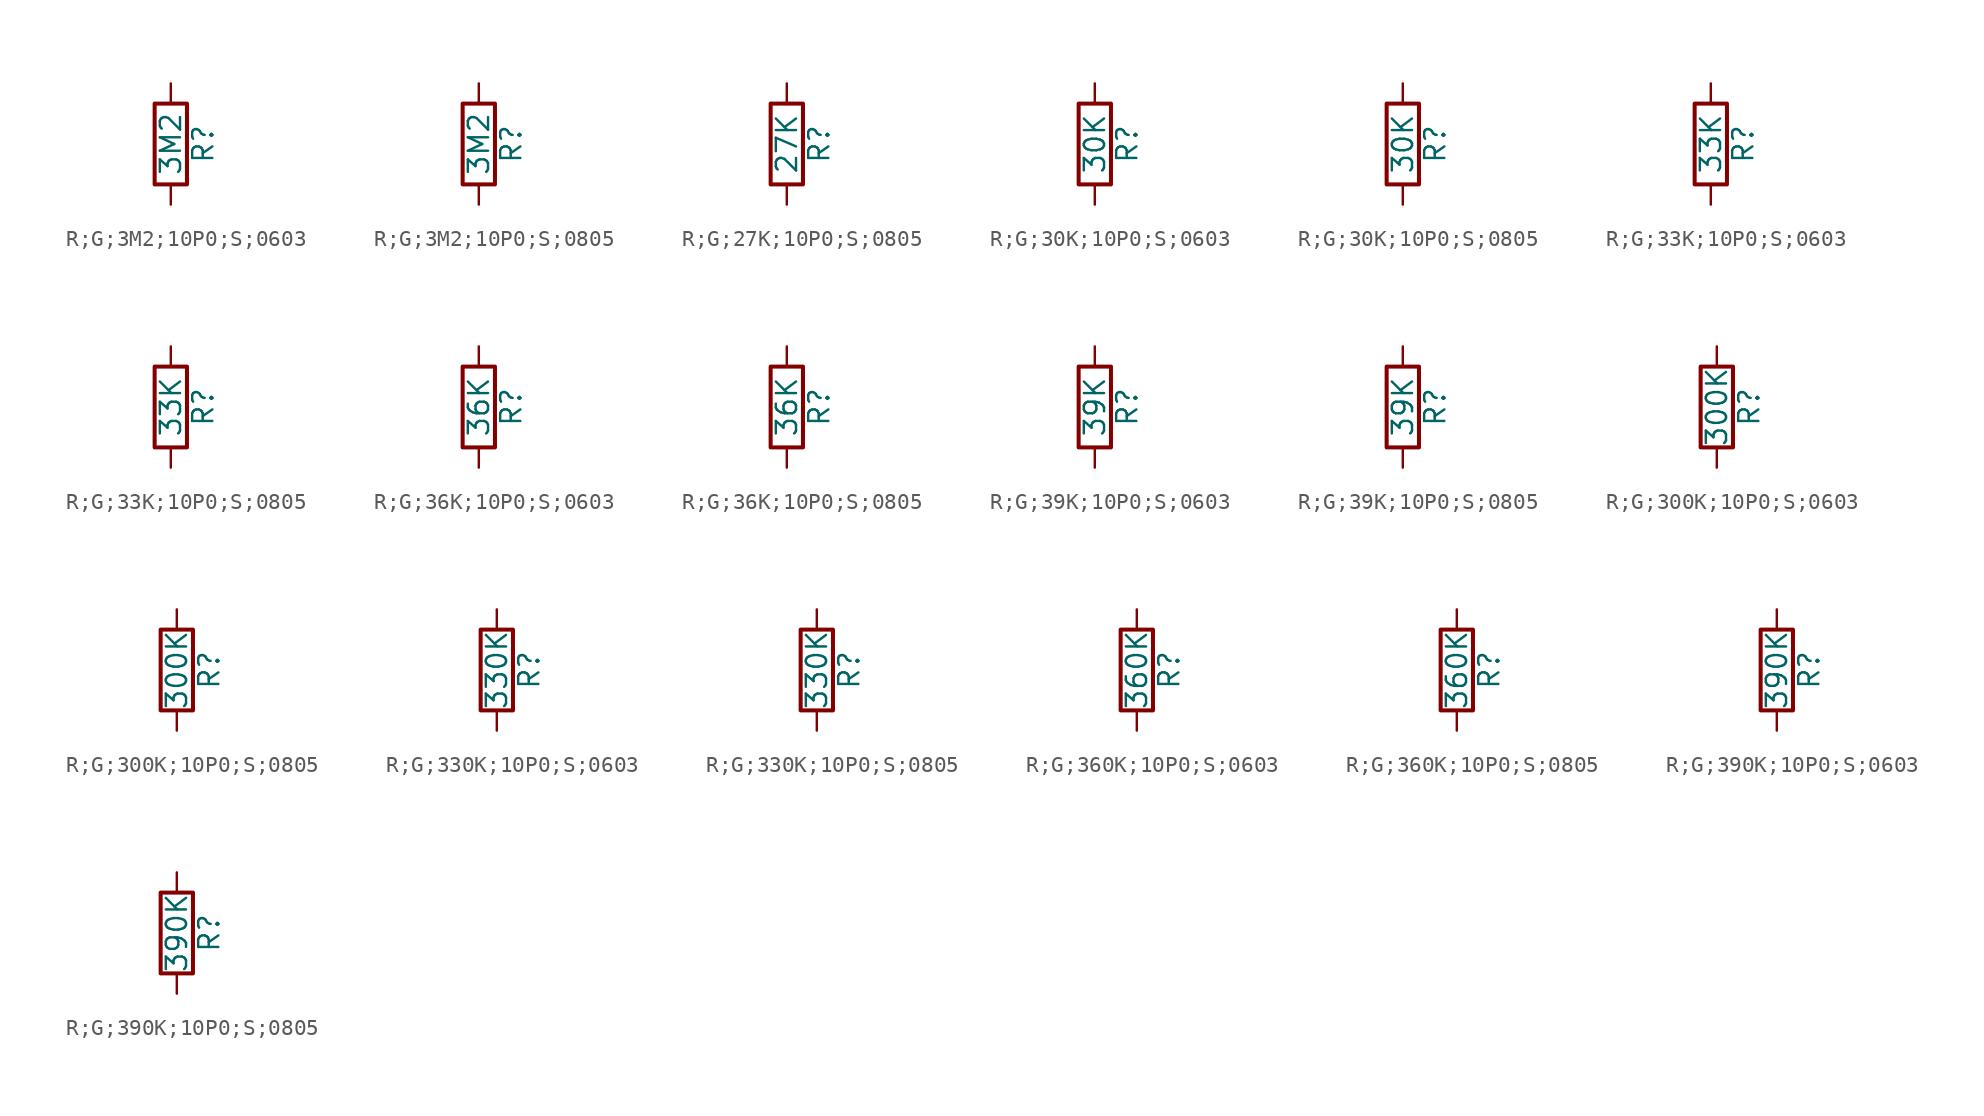
<source format=kicad_sym>
(kicad_symbol_lib
  (version 20231120)
  (generator "kicad_symbol_editor")
  (generator_version "8.0")
  (symbol "R;G;3M2;10P0;S;0603"
    (pin_numbers hide)
    (pin_names
      (offset 0))
    (property "Reference" "R"
      (at 2.032 0 90)
      (effects (font (size 1.27 1.27))))
    (property "Value" "3M2"
      (at 0 0 90)
      (effects (font (size 1.27 1.27))))
    (symbol "R;G;3M2;10P0;S;0603_0_1"
      (rectangle (start -1.016 -2.54) (end 1.016 2.54) (stroke (width 0.254) (type default)) (fill (type none))))
    (symbol "R;G;3M2;10P0;S;0603_1_1"
      (pin passive line (at 0 3.81 270) (length 1.27) (name "~" (effects (font (size 1.27 1.27)))) (number "1" (effects (font (size 1.27 1.27)))))
      (pin passive line (at 0 -3.81 90) (length 1.27) (name "~" (effects (font (size 1.27 1.27)))) (number "2" (effects (font (size 1.27 1.27)))))))
  (symbol "R;G;3M2;10P0;S;0805"
    (pin_numbers hide)
    (pin_names
      (offset 0))
    (property "Reference" "R"
      (at 2.032 0 90)
      (effects (font (size 1.27 1.27))))
    (property "Value" "3M2"
      (at 0 0 90)
      (effects (font (size 1.27 1.27))))
    (symbol "R;G;3M2;10P0;S;0805_0_1"
      (rectangle (start -1.016 -2.54) (end 1.016 2.54) (stroke (width 0.254) (type default)) (fill (type none))))
    (symbol "R;G;3M2;10P0;S;0805_1_1"
      (pin passive line (at 0 3.81 270) (length 1.27) (name "~" (effects (font (size 1.27 1.27)))) (number "1" (effects (font (size 1.27 1.27)))))
      (pin passive line (at 0 -3.81 90) (length 1.27) (name "~" (effects (font (size 1.27 1.27)))) (number "2" (effects (font (size 1.27 1.27)))))))
  (symbol "R;G;27K;10P0;S;0805"
    (pin_numbers hide)
    (pin_names
      (offset 0))
    (property "Reference" "R"
      (at 2.032 0 90)
      (effects (font (size 1.27 1.27))))
    (property "Value" "27K"
      (at 0 0 90)
      (effects (font (size 1.27 1.27))))
    (symbol "R;G;27K;10P0;S;0805_0_1"
      (rectangle (start -1.016 -2.54) (end 1.016 2.54) (stroke (width 0.254) (type default)) (fill (type none))))
    (symbol "R;G;27K;10P0;S;0805_1_1"
      (pin passive line (at 0 3.81 270) (length 1.27) (name "~" (effects (font (size 1.27 1.27)))) (number "1" (effects (font (size 1.27 1.27)))))
      (pin passive line (at 0 -3.81 90) (length 1.27) (name "~" (effects (font (size 1.27 1.27)))) (number "2" (effects (font (size 1.27 1.27)))))))
  (symbol "R;G;30K;10P0;S;0603"
    (pin_numbers hide)
    (pin_names
      (offset 0))
    (property "Reference" "R"
      (at 2.032 0 90)
      (effects (font (size 1.27 1.27))))
    (property "Value" "30K"
      (at 0 0 90)
      (effects (font (size 1.27 1.27))))
    (symbol "R;G;30K;10P0;S;0603_0_1"
      (rectangle (start -1.016 -2.54) (end 1.016 2.54) (stroke (width 0.254) (type default)) (fill (type none))))
    (symbol "R;G;30K;10P0;S;0603_1_1"
      (pin passive line (at 0 3.81 270) (length 1.27) (name "~" (effects (font (size 1.27 1.27)))) (number "1" (effects (font (size 1.27 1.27)))))
      (pin passive line (at 0 -3.81 90) (length 1.27) (name "~" (effects (font (size 1.27 1.27)))) (number "2" (effects (font (size 1.27 1.27)))))))
  (symbol "R;G;30K;10P0;S;0805"
    (pin_numbers hide)
    (pin_names
      (offset 0))
    (property "Reference" "R"
      (at 2.032 0 90)
      (effects (font (size 1.27 1.27))))
    (property "Value" "30K"
      (at 0 0 90)
      (effects (font (size 1.27 1.27))))
    (symbol "R;G;30K;10P0;S;0805_0_1"
      (rectangle (start -1.016 -2.54) (end 1.016 2.54) (stroke (width 0.254) (type default)) (fill (type none))))
    (symbol "R;G;30K;10P0;S;0805_1_1"
      (pin passive line (at 0 3.81 270) (length 1.27) (name "~" (effects (font (size 1.27 1.27)))) (number "1" (effects (font (size 1.27 1.27)))))
      (pin passive line (at 0 -3.81 90) (length 1.27) (name "~" (effects (font (size 1.27 1.27)))) (number "2" (effects (font (size 1.27 1.27)))))))
  (symbol "R;G;33K;10P0;S;0603"
    (pin_numbers hide)
    (pin_names
      (offset 0))
    (property "Reference" "R"
      (at 2.032 0 90)
      (effects (font (size 1.27 1.27))))
    (property "Value" "33K"
      (at 0 0 90)
      (effects (font (size 1.27 1.27))))
    (symbol "R;G;33K;10P0;S;0603_0_1"
      (rectangle (start -1.016 -2.54) (end 1.016 2.54) (stroke (width 0.254) (type default)) (fill (type none))))
    (symbol "R;G;33K;10P0;S;0603_1_1"
      (pin passive line (at 0 3.81 270) (length 1.27) (name "~" (effects (font (size 1.27 1.27)))) (number "1" (effects (font (size 1.27 1.27)))))
      (pin passive line (at 0 -3.81 90) (length 1.27) (name "~" (effects (font (size 1.27 1.27)))) (number "2" (effects (font (size 1.27 1.27)))))))
  (symbol "R;G;33K;10P0;S;0805"
    (pin_numbers hide)
    (pin_names
      (offset 0))
    (property "Reference" "R"
      (at 2.032 0 90)
      (effects (font (size 1.27 1.27))))
    (property "Value" "33K"
      (at 0 0 90)
      (effects (font (size 1.27 1.27))))
    (symbol "R;G;33K;10P0;S;0805_0_1"
      (rectangle (start -1.016 -2.54) (end 1.016 2.54) (stroke (width 0.254) (type default)) (fill (type none))))
    (symbol "R;G;33K;10P0;S;0805_1_1"
      (pin passive line (at 0 3.81 270) (length 1.27) (name "~" (effects (font (size 1.27 1.27)))) (number "1" (effects (font (size 1.27 1.27)))))
      (pin passive line (at 0 -3.81 90) (length 1.27) (name "~" (effects (font (size 1.27 1.27)))) (number "2" (effects (font (size 1.27 1.27)))))))
  (symbol "R;G;36K;10P0;S;0603"
    (pin_numbers hide)
    (pin_names
      (offset 0))
    (property "Reference" "R"
      (at 2.032 0 90)
      (effects (font (size 1.27 1.27))))
    (property "Value" "36K"
      (at 0 0 90)
      (effects (font (size 1.27 1.27))))
    (symbol "R;G;36K;10P0;S;0603_0_1"
      (rectangle (start -1.016 -2.54) (end 1.016 2.54) (stroke (width 0.254) (type default)) (fill (type none))))
    (symbol "R;G;36K;10P0;S;0603_1_1"
      (pin passive line (at 0 3.81 270) (length 1.27) (name "~" (effects (font (size 1.27 1.27)))) (number "1" (effects (font (size 1.27 1.27)))))
      (pin passive line (at 0 -3.81 90) (length 1.27) (name "~" (effects (font (size 1.27 1.27)))) (number "2" (effects (font (size 1.27 1.27)))))))
  (symbol "R;G;36K;10P0;S;0805"
    (pin_numbers hide)
    (pin_names
      (offset 0))
    (property "Reference" "R"
      (at 2.032 0 90)
      (effects (font (size 1.27 1.27))))
    (property "Value" "36K"
      (at 0 0 90)
      (effects (font (size 1.27 1.27))))
    (symbol "R;G;36K;10P0;S;0805_0_1"
      (rectangle (start -1.016 -2.54) (end 1.016 2.54) (stroke (width 0.254) (type default)) (fill (type none))))
    (symbol "R;G;36K;10P0;S;0805_1_1"
      (pin passive line (at 0 3.81 270) (length 1.27) (name "~" (effects (font (size 1.27 1.27)))) (number "1" (effects (font (size 1.27 1.27)))))
      (pin passive line (at 0 -3.81 90) (length 1.27) (name "~" (effects (font (size 1.27 1.27)))) (number "2" (effects (font (size 1.27 1.27)))))))
  (symbol "R;G;39K;10P0;S;0603"
    (pin_numbers hide)
    (pin_names
      (offset 0))
    (property "Reference" "R"
      (at 2.032 0 90)
      (effects (font (size 1.27 1.27))))
    (property "Value" "39K"
      (at 0 0 90)
      (effects (font (size 1.27 1.27))))
    (symbol "R;G;39K;10P0;S;0603_0_1"
      (rectangle (start -1.016 -2.54) (end 1.016 2.54) (stroke (width 0.254) (type default)) (fill (type none))))
    (symbol "R;G;39K;10P0;S;0603_1_1"
      (pin passive line (at 0 3.81 270) (length 1.27) (name "~" (effects (font (size 1.27 1.27)))) (number "1" (effects (font (size 1.27 1.27)))))
      (pin passive line (at 0 -3.81 90) (length 1.27) (name "~" (effects (font (size 1.27 1.27)))) (number "2" (effects (font (size 1.27 1.27)))))))
  (symbol "R;G;39K;10P0;S;0805"
    (pin_numbers hide)
    (pin_names
      (offset 0))
    (property "Reference" "R"
      (at 2.032 0 90)
      (effects (font (size 1.27 1.27))))
    (property "Value" "39K"
      (at 0 0 90)
      (effects (font (size 1.27 1.27))))
    (symbol "R;G;39K;10P0;S;0805_0_1"
      (rectangle (start -1.016 -2.54) (end 1.016 2.54) (stroke (width 0.254) (type default)) (fill (type none))))
    (symbol "R;G;39K;10P0;S;0805_1_1"
      (pin passive line (at 0 3.81 270) (length 1.27) (name "~" (effects (font (size 1.27 1.27)))) (number "1" (effects (font (size 1.27 1.27)))))
      (pin passive line (at 0 -3.81 90) (length 1.27) (name "~" (effects (font (size 1.27 1.27)))) (number "2" (effects (font (size 1.27 1.27)))))))
  (symbol "R;G;300K;10P0;S;0603"
    (pin_numbers hide)
    (pin_names
      (offset 0))
    (property "Reference" "R"
      (at 2.032 0 90)
      (effects (font (size 1.27 1.27))))
    (property "Value" "300K"
      (at 0 0 90)
      (effects (font (size 1.27 1.27))))
    (symbol "R;G;300K;10P0;S;0603_0_1"
      (rectangle (start -1.016 -2.54) (end 1.016 2.54) (stroke (width 0.254) (type default)) (fill (type none))))
    (symbol "R;G;300K;10P0;S;0603_1_1"
      (pin passive line (at 0 3.81 270) (length 1.27) (name "~" (effects (font (size 1.27 1.27)))) (number "1" (effects (font (size 1.27 1.27)))))
      (pin passive line (at 0 -3.81 90) (length 1.27) (name "~" (effects (font (size 1.27 1.27)))) (number "2" (effects (font (size 1.27 1.27)))))))
  (symbol "R;G;300K;10P0;S;0805"
    (pin_numbers hide)
    (pin_names
      (offset 0))
    (property "Reference" "R"
      (at 2.032 0 90)
      (effects (font (size 1.27 1.27))))
    (property "Value" "300K"
      (at 0 0 90)
      (effects (font (size 1.27 1.27))))
    (symbol "R;G;300K;10P0;S;0805_0_1"
      (rectangle (start -1.016 -2.54) (end 1.016 2.54) (stroke (width 0.254) (type default)) (fill (type none))))
    (symbol "R;G;300K;10P0;S;0805_1_1"
      (pin passive line (at 0 3.81 270) (length 1.27) (name "~" (effects (font (size 1.27 1.27)))) (number "1" (effects (font (size 1.27 1.27)))))
      (pin passive line (at 0 -3.81 90) (length 1.27) (name "~" (effects (font (size 1.27 1.27)))) (number "2" (effects (font (size 1.27 1.27)))))))
  (symbol "R;G;330K;10P0;S;0603"
    (pin_numbers hide)
    (pin_names
      (offset 0))
    (property "Reference" "R"
      (at 2.032 0 90)
      (effects (font (size 1.27 1.27))))
    (property "Value" "330K"
      (at 0 0 90)
      (effects (font (size 1.27 1.27))))
    (symbol "R;G;330K;10P0;S;0603_0_1"
      (rectangle (start -1.016 -2.54) (end 1.016 2.54) (stroke (width 0.254) (type default)) (fill (type none))))
    (symbol "R;G;330K;10P0;S;0603_1_1"
      (pin passive line (at 0 3.81 270) (length 1.27) (name "~" (effects (font (size 1.27 1.27)))) (number "1" (effects (font (size 1.27 1.27)))))
      (pin passive line (at 0 -3.81 90) (length 1.27) (name "~" (effects (font (size 1.27 1.27)))) (number "2" (effects (font (size 1.27 1.27)))))))
  (symbol "R;G;330K;10P0;S;0805"
    (pin_numbers hide)
    (pin_names
      (offset 0))
    (property "Reference" "R"
      (at 2.032 0 90)
      (effects (font (size 1.27 1.27))))
    (property "Value" "330K"
      (at 0 0 90)
      (effects (font (size 1.27 1.27))))
    (symbol "R;G;330K;10P0;S;0805_0_1"
      (rectangle (start -1.016 -2.54) (end 1.016 2.54) (stroke (width 0.254) (type default)) (fill (type none))))
    (symbol "R;G;330K;10P0;S;0805_1_1"
      (pin passive line (at 0 3.81 270) (length 1.27) (name "~" (effects (font (size 1.27 1.27)))) (number "1" (effects (font (size 1.27 1.27)))))
      (pin passive line (at 0 -3.81 90) (length 1.27) (name "~" (effects (font (size 1.27 1.27)))) (number "2" (effects (font (size 1.27 1.27)))))))
  (symbol "R;G;360K;10P0;S;0603"
    (pin_numbers hide)
    (pin_names
      (offset 0))
    (property "Reference" "R"
      (at 2.032 0 90)
      (effects (font (size 1.27 1.27))))
    (property "Value" "360K"
      (at 0 0 90)
      (effects (font (size 1.27 1.27))))
    (symbol "R;G;360K;10P0;S;0603_0_1"
      (rectangle (start -1.016 -2.54) (end 1.016 2.54) (stroke (width 0.254) (type default)) (fill (type none))))
    (symbol "R;G;360K;10P0;S;0603_1_1"
      (pin passive line (at 0 3.81 270) (length 1.27) (name "~" (effects (font (size 1.27 1.27)))) (number "1" (effects (font (size 1.27 1.27)))))
      (pin passive line (at 0 -3.81 90) (length 1.27) (name "~" (effects (font (size 1.27 1.27)))) (number "2" (effects (font (size 1.27 1.27)))))))
  (symbol "R;G;360K;10P0;S;0805"
    (pin_numbers hide)
    (pin_names
      (offset 0))
    (property "Reference" "R"
      (at 2.032 0 90)
      (effects (font (size 1.27 1.27))))
    (property "Value" "360K"
      (at 0 0 90)
      (effects (font (size 1.27 1.27))))
    (symbol "R;G;360K;10P0;S;0805_0_1"
      (rectangle (start -1.016 -2.54) (end 1.016 2.54) (stroke (width 0.254) (type default)) (fill (type none))))
    (symbol "R;G;360K;10P0;S;0805_1_1"
      (pin passive line (at 0 3.81 270) (length 1.27) (name "~" (effects (font (size 1.27 1.27)))) (number "1" (effects (font (size 1.27 1.27)))))
      (pin passive line (at 0 -3.81 90) (length 1.27) (name "~" (effects (font (size 1.27 1.27)))) (number "2" (effects (font (size 1.27 1.27)))))))
  (symbol "R;G;390K;10P0;S;0603"
    (pin_numbers hide)
    (pin_names
      (offset 0))
    (property "Reference" "R"
      (at 2.032 0 90)
      (effects (font (size 1.27 1.27))))
    (property "Value" "390K"
      (at 0 0 90)
      (effects (font (size 1.27 1.27))))
    (symbol "R;G;390K;10P0;S;0603_0_1"
      (rectangle (start -1.016 -2.54) (end 1.016 2.54) (stroke (width 0.254) (type default)) (fill (type none))))
    (symbol "R;G;390K;10P0;S;0603_1_1"
      (pin passive line (at 0 3.81 270) (length 1.27) (name "~" (effects (font (size 1.27 1.27)))) (number "1" (effects (font (size 1.27 1.27)))))
      (pin passive line (at 0 -3.81 90) (length 1.27) (name "~" (effects (font (size 1.27 1.27)))) (number "2" (effects (font (size 1.27 1.27)))))))
  (symbol "R;G;390K;10P0;S;0805"
    (pin_numbers hide)
    (pin_names
      (offset 0))
    (property "Reference" "R"
      (at 2.032 0 90)
      (effects (font (size 1.27 1.27))))
    (property "Value" "390K"
      (at 0 0 90)
      (effects (font (size 1.27 1.27))))
    (symbol "R;G;390K;10P0;S;0805_0_1"
      (rectangle (start -1.016 -2.54) (end 1.016 2.54) (stroke (width 0.254) (type default)) (fill (type none))))
    (symbol "R;G;390K;10P0;S;0805_1_1"
      (pin passive line (at 0 3.81 270) (length 1.27) (name "~" (effects (font (size 1.27 1.27)))) (number "1" (effects (font (size 1.27 1.27)))))
      (pin passive line (at 0 -3.81 90) (length 1.27) (name "~" (effects (font (size 1.27 1.27)))) (number "2" (effects (font (size 1.27 1.27))))))))
</source>
